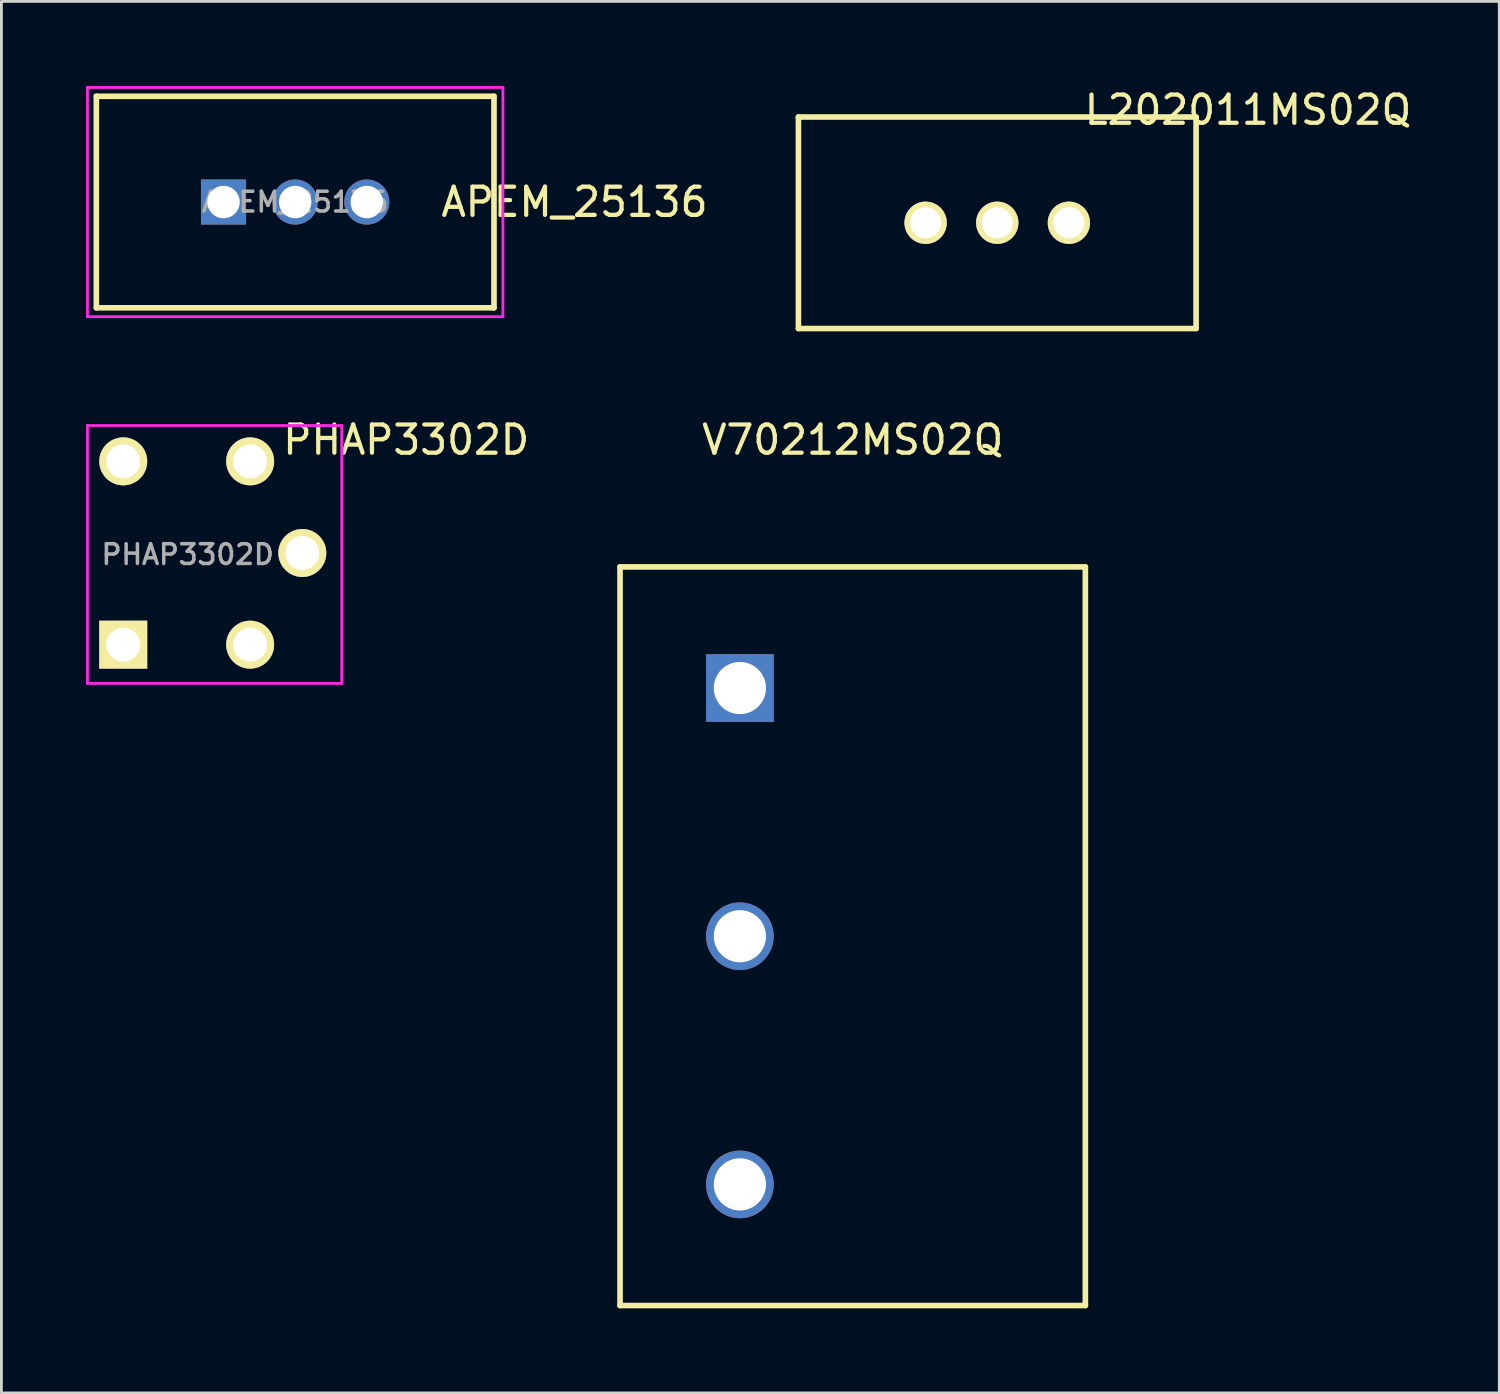
<source format=kicad_pcb>
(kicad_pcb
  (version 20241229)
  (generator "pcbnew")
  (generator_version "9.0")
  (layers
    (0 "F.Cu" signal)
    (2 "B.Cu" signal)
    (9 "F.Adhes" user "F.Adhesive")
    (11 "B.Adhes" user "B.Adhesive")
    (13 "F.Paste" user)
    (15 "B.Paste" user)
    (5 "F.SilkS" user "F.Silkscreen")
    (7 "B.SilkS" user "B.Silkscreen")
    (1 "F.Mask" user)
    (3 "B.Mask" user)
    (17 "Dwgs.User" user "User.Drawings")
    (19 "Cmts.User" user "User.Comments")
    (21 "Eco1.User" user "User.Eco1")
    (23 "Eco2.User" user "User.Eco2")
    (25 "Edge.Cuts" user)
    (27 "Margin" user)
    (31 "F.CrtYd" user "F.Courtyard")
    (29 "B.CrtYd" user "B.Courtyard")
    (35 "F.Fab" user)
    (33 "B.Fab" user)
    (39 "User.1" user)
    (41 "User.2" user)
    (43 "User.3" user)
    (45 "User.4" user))
  (footprint "V70212MS02Q"
    (layer "F.Cu")
    (at 27.185 30.147)
    (property "Reference" "V70212MS02Q" (at 0 -17.6 0) (layer "F.SilkS") (effects (font (size 1 1) (thickness 0.15))))
    (attr through_hole)
    (fp_line (start -8.25 -13.095) (end 8.25 -13.095) (stroke (width 0.2) (type solid)) (layer "F.SilkS"))
    (fp_line (start -8.25 13.095) (end -8.25 -13.095) (stroke (width 0.2) (type solid)) (layer "F.SilkS"))
    (fp_line (start 8.25 -13.095) (end 8.25 13.095) (stroke (width 0.2) (type solid)) (layer "F.SilkS"))
    (fp_line (start 8.25 13.095) (end -8.25 13.095) (stroke (width 0.2) (type solid)) (layer "F.SilkS"))
    (pad "1" thru_hole rect (at -4 -8.8) (size 2.4 2.4) (drill 1.85) (layers "*.Cu" "*.Mask"))
    (pad "2" thru_hole circle (at -4 0) (size 2.4 2.4) (drill 1.85) (layers "*.Cu" "*.Mask"))
    (pad "3" thru_hole circle (at -4 8.8) (size 2.4 2.4) (drill 1.85) (layers "*.Cu" "*.Mask")))
  (footprint "PHAP3302D"
    (layer "F.Cu")
    (at 3.57 16.559)
    (property "Reference" "PHAP3302D" (at 7.783 -4.012 0) (layer "F.SilkS") (effects (font (size 1 1) (thickness 0.15))))
    (attr through_hole)
    (fp_line (start -3.52 -4.52) (end 5.497 -4.52) (stroke (width 0.1) (type solid)) (layer "F.CrtYd"))
    (fp_line (start -3.52 4.624) (end -3.52 -4.52) (stroke (width 0.1) (type solid)) (layer "F.CrtYd"))
    (fp_line (start 5.497 -4.52) (end 5.497 4.624) (stroke (width 0.1) (type solid)) (layer "F.CrtYd"))
    (fp_line (start 5.497 4.624) (end -3.52 4.624) (stroke (width 0.1) (type solid)) (layer "F.CrtYd"))
    (fp_text user "${REFERENCE}" (at 0.036 0.052 0) (layer "F.Fab") (effects (font (size 0.7 0.7) (thickness 0.125))))
    (pad "1" thru_hole rect (at -2.25 3.25) (size 1.7 1.7) (drill 1.2) (layers "*.Cu" "*.Mask" "F.SilkS"))
    (pad "2" thru_hole circle (at -2.25 -3.25) (size 1.7 1.7) (drill 1.2) (layers "*.Cu" "*.Mask" "F.SilkS"))
    (pad "3" thru_hole circle (at 2.25 3.25) (size 1.7 1.7) (drill 1.2) (layers "*.Cu" "*.Mask" "F.SilkS"))
    (pad "4" thru_hole circle (at 2.25 -3.25) (size 1.7 1.7) (drill 1.2) (layers "*.Cu" "*.Mask" "F.SilkS"))
    (pad "5" thru_hole circle (at 4.1 0) (size 1.7 1.7) (drill 1.2) (layers "*.Cu" "*.Mask" "F.SilkS")))
  (footprint "L202011MS02Q"
    (layer "F.Cu")
    (at 32.311 4.849)
    (property "Reference" "L202011MS02Q" (at 8.89 -4 0) (layer "F.SilkS") (effects (font (size 1 1) (thickness 0.15))))
    (attr through_hole)
    (fp_line (start -7.05 -3.75) (end 7.05 -3.75) (stroke (width 0.2) (type solid)) (layer "F.SilkS"))
    (fp_line (start -7.05 3.75) (end -7.05 -3.75) (stroke (width 0.2) (type solid)) (layer "F.SilkS"))
    (fp_line (start 7.05 -3.75) (end 7.05 3.75) (stroke (width 0.2) (type solid)) (layer "F.SilkS"))
    (fp_line (start 7.05 3.75) (end -7.05 3.75) (stroke (width 0.2) (type solid)) (layer "F.SilkS"))
    (pad "1" thru_hole circle (at 0 0) (size 1.5 1.5) (drill 1.1) (layers "*.Cu" "*.Mask" "F.SilkS"))
    (pad "2" thru_hole circle (at -2.54 0) (size 1.5 1.5) (drill 1.1) (layers "*.Cu" "*.Mask" "F.SilkS"))
    (pad "3" thru_hole circle (at 2.54 0) (size 1.5 1.5) (drill 1.1) (layers "*.Cu" "*.Mask" "F.SilkS")))
  (footprint "APEM_25136"
    (layer "F.Cu")
    (at 7.416 4.114)
    (property "Reference" "APEM_25136" (at 9.906 0 0) (layer "F.SilkS") (effects (font (size 1 1) (thickness 0.15))))
    (attr through_hole)
    (fp_line (start -7.05 -3.75) (end 7.05 -3.75) (stroke (width 0.2) (type solid)) (layer "F.SilkS"))
    (fp_line (start -7.05 3.75) (end -7.05 -3.75) (stroke (width 0.2) (type solid)) (layer "F.SilkS"))
    (fp_line (start 7.05 -3.75) (end 7.05 3.75) (stroke (width 0.2) (type solid)) (layer "F.SilkS"))
    (fp_line (start 7.05 3.75) (end -7.05 3.75) (stroke (width 0.2) (type solid)) (layer "F.SilkS"))
    (fp_line (start -7.366 -4.064) (end 7.366 -4.064) (stroke (width 0.1) (type solid)) (layer "F.CrtYd"))
    (fp_line (start -7.366 4.064) (end -7.366 -4.064) (stroke (width 0.1) (type solid)) (layer "F.CrtYd"))
    (fp_line (start 7.366 -4.064) (end 7.366 4.064) (stroke (width 0.1) (type solid)) (layer "F.CrtYd"))
    (fp_line (start 7.366 4.064) (end -7.366 4.064) (stroke (width 0.1) (type solid)) (layer "F.CrtYd"))
    (fp_text user "${REFERENCE}" (at 0 0 0) (layer "F.Fab") (effects (font (size 0.7 0.7) (thickness 0.125))))
    (pad "1" thru_hole rect (at -2.54 0) (size 1.6 1.6) (drill 1.15) (layers "*.Cu" "*.Mask"))
    (pad "2" thru_hole circle (at 0 0) (size 1.6 1.6) (drill 1.15) (layers "*.Cu" "*.Mask"))
    (pad "3" thru_hole circle (at 2.54 0) (size 1.6 1.6) (drill 1.15) (layers "*.Cu" "*.Mask")))
  (gr_rect
    (start -3 -3)
    (end 50.112 46.342)
    (stroke (width 0.1) (type default))
    (fill no)
    (layer "Edge.Cuts")))
</source>
